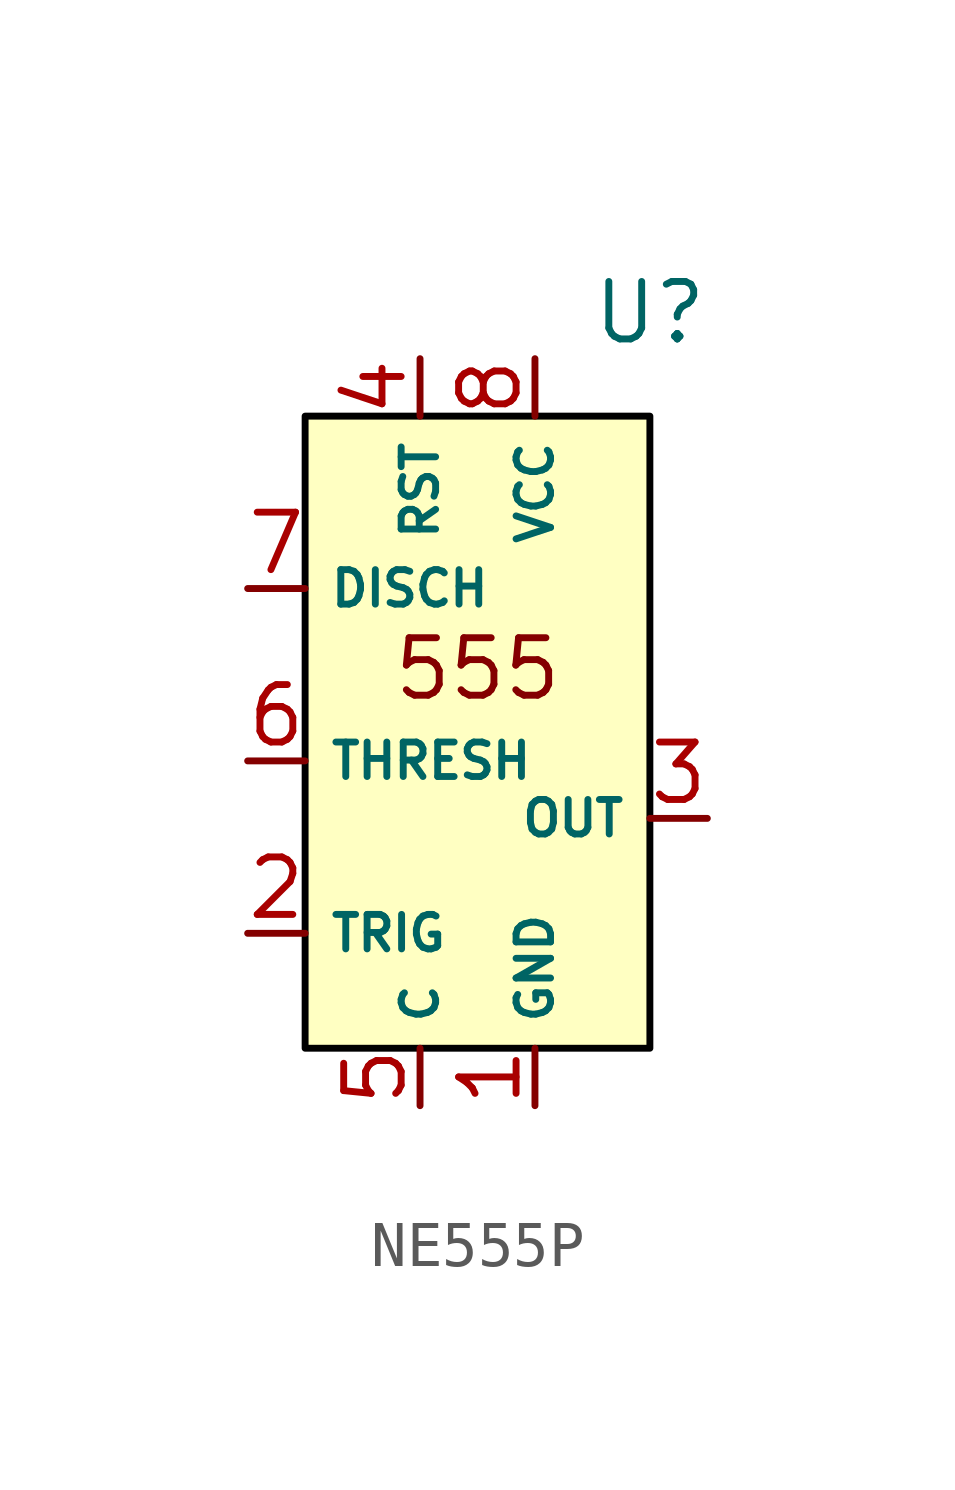
<source format=kicad_sym>
(kicad_symbol_lib
  (version 20231120)
  (generator "kicad_symbol_editor")
  (generator_version "8.0")
  (symbol "NE555P"
    (property "Reference" "U"
      (at 2.54 1.016 0)
      (effects (font (size 1.27 1.27))))
    (property "Value" ""
      (at 0 0 0)
      (effects (font (size 1.27 1.27))))
    (symbol "NE555P_1_1"
      (rectangle (start -5.08 -1.27) (end 2.54 -15.24) (stroke (width 0) (type default) (color 0 0 0 1)) (fill (type background)))
      (text "555" (at -1.27 -6.858 0) (effects (font (size 1.27 1.27))))
      (pin input line (at 0 -16.51 90) (length 1.27) (name "GND" (effects (font (size 0.762 0.762)))) (number "1" (effects (font (size 1.27 1.27)))))
      (pin input line (at -6.35 -12.7 0) (length 1.27) (name "TRIG" (effects (font (size 0.762 0.762)))) (number "2" (effects (font (size 1.27 1.27)))))
      (pin output line (at 3.81 -10.16 180) (length 1.27) (name "OUT" (effects (font (size 0.762 0.762)))) (number "3" (effects (font (size 1.27 1.27)))))
      (pin input line (at -2.54 0 270) (length 1.27) (name "RST" (effects (font (size 0.762 0.762)))) (number "4" (effects (font (size 1.27 1.27)))))
      (pin input line (at -2.54 -16.51 90) (length 1.27) (name "C" (effects (font (size 0.762 0.762)))) (number "5" (effects (font (size 1.27 1.27)))))
      (pin input line (at -6.35 -8.89 0) (length 1.27) (name "THRESH" (effects (font (size 0.762 0.762)))) (number "6" (effects (font (size 1.27 1.27)))))
      (pin input line (at -6.35 -5.08 0) (length 1.27) (name "DISCH" (effects (font (size 0.762 0.762)))) (number "7" (effects (font (size 1.27 1.27)))))
      (pin input line (at 0 0 270) (length 1.27) (name "VCC" (effects (font (size 0.762 0.762)))) (number "8" (effects (font (size 1.27 1.27))))))))
</source>
